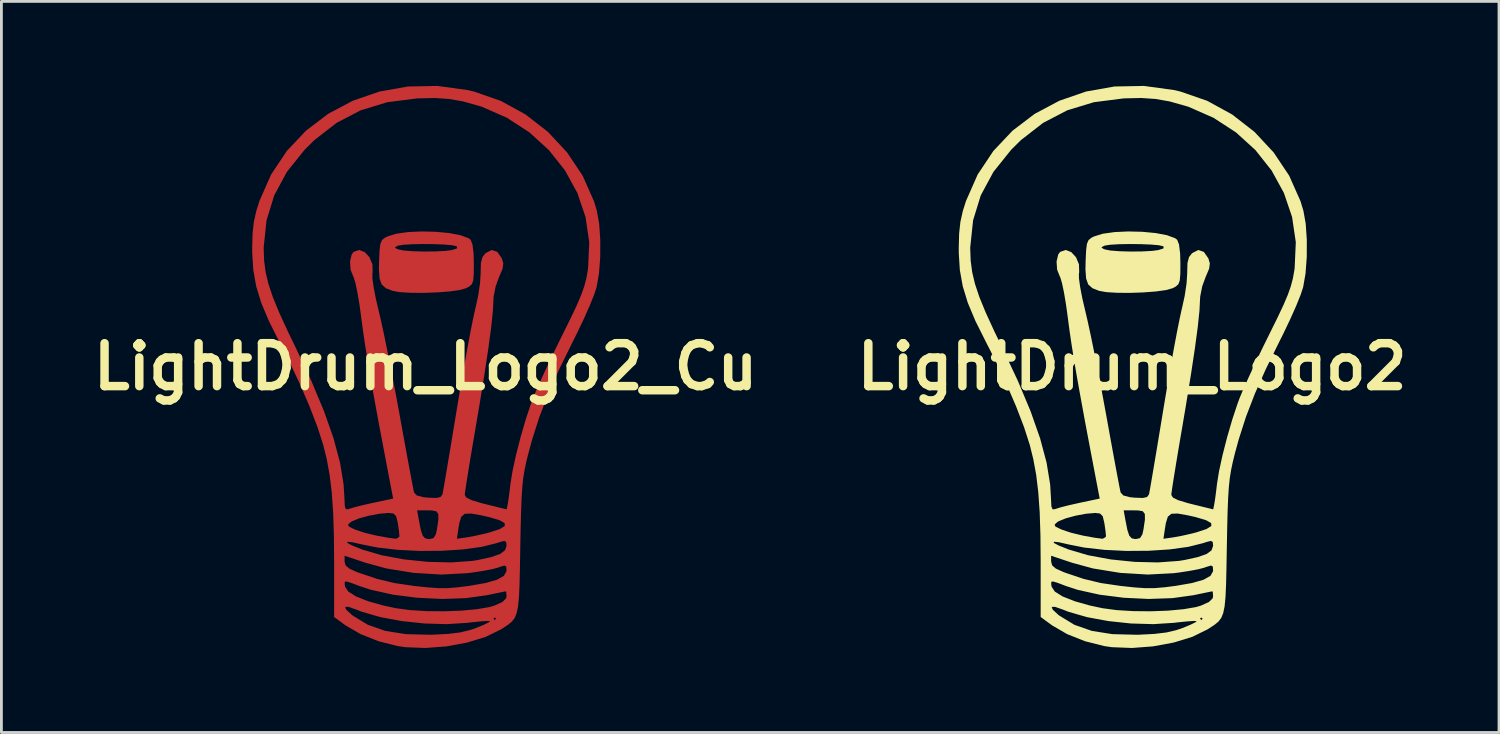
<source format=kicad_pcb>
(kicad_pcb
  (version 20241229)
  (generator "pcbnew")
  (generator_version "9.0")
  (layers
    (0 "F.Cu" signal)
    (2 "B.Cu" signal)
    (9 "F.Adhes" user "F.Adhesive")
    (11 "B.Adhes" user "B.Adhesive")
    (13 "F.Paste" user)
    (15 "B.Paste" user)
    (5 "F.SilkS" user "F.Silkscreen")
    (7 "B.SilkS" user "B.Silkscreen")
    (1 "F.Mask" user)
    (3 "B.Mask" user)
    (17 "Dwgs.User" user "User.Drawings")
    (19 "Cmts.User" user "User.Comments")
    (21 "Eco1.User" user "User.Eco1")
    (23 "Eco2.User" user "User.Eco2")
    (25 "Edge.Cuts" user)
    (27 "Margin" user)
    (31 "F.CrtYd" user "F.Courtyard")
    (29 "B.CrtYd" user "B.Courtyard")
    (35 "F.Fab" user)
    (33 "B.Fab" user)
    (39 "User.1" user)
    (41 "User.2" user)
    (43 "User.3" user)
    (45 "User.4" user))
  (footprint "LightDrum_Logo2"
    (layer "F.Cu")
    (at 37.131 9.965)
    (property "Reference" "LightDrum_Logo2" (at 0 0 0) (layer "F.SilkS") (effects (font (size 1.524 1.524) (thickness 0.3))))
    (attr board_only exclude_from_pos_files exclude_from_bom)
    (fp_poly (pts (xy 0.364 -4.788) (xy 0.838 -4.743) (xy 1.239 -4.667) (xy 1.522 -4.562) (xy 1.599 -4.506) (xy 1.665 -4.339) (xy 1.705 -4.012) (xy 1.714 -3.656) (xy 1.711 -3.288) (xy 1.692 -3.061) (xy 1.643 -2.929) (xy 1.55 -2.845) (xy 1.436 -2.785) (xy 1.21 -2.721) (xy 0.85 -2.671) (xy 0.408 -2.637) (xy -0.067 -2.62) (xy -0.523 -2.623) (xy -0.909 -2.646) (xy -1.17 -2.692) (xy -1.408 -2.786) (xy -1.557 -2.919) (xy -1.633 -3.13) (xy -1.656 -3.459) (xy -1.649 -3.768) (xy -1.632 -4.134) (xy -1.619 -4.239) (xy -1.091 -4.239) (xy -1.032 -4.189) (xy -0.967 -4.162) (xy -0.769 -4.123) (xy -0.444 -4.098) (xy -0.051 -4.087) (xy 0.352 -4.091) (xy 0.708 -4.11) (xy 0.923 -4.138) (xy 1.11 -4.195) (xy 1.121 -4.258) (xy 1.097 -4.276) (xy 0.95 -4.311) (xy 0.67 -4.335) (xy 0.305 -4.35) (xy -0.092 -4.354) (xy -0.471 -4.347) (xy -0.781 -4.328) (xy -0.973 -4.298) (xy -0.982 -4.294) (xy -1.091 -4.239) (xy -1.619 -4.239) (xy -1.603 -4.36) (xy -1.547 -4.492) (xy -1.448 -4.574) (xy -1.355 -4.622) (xy -1.042 -4.719) (xy -0.621 -4.778) (xy -0.137 -4.8)) (stroke (width 0) (type solid)) (fill yes) (layer "F.SilkS"))
    (fp_poly (pts (xy 1.484 -9.82) (xy 1.715 -9.766) (xy 2.667 -9.436) (xy 3.55 -8.952) (xy 4.343 -8.335) (xy 5.025 -7.603) (xy 5.576 -6.778) (xy 5.976 -5.877) (xy 6.081 -5.531) (xy 6.162 -5.071) (xy 6.201 -4.5) (xy 6.199 -3.888) (xy 6.155 -3.305) (xy 6.071 -2.824) (xy 5.98 -2.548) (xy 5.82 -2.152) (xy 5.609 -1.679) (xy 5.368 -1.174) (xy 5.236 -0.911) (xy 4.751 0.074) (xy 4.358 0.956) (xy 4.041 1.779) (xy 3.782 2.588) (xy 3.647 3.083) (xy 3.571 3.392) (xy 3.512 3.675) (xy 3.466 3.96) (xy 3.433 4.281) (xy 3.408 4.668) (xy 3.389 5.152) (xy 3.374 5.764) (xy 3.362 6.396) (xy 3.349 7.143) (xy 3.335 7.727) (xy 3.315 8.174) (xy 3.283 8.506) (xy 3.233 8.747) (xy 3.161 8.921) (xy 3.06 9.051) (xy 2.925 9.161) (xy 2.751 9.275) (xy 2.672 9.325) (xy 2.136 9.588) (xy 1.475 9.791) (xy 0.743 9.926) (xy -0.006 9.983) (xy -0.718 9.955) (xy -0.988 9.916) (xy -1.668 9.744) (xy -2.308 9.49) (xy -2.838 9.182) (xy -2.855 9.17) (xy -3.245 8.883) (xy -3.245 8.526) (xy -2.855 8.526) (xy -2.818 8.623) (xy -2.62 8.805) (xy -2.572 8.842) (xy -2.045 9.162) (xy -1.43 9.377) (xy -0.702 9.492) (xy 0.163 9.514) (xy 0.232 9.513) (xy 0.789 9.484) (xy 1.217 9.433) (xy 1.573 9.349) (xy 1.791 9.274) (xy 2.064 9.162) (xy 2.245 9.073) (xy 2.294 9.03) (xy 2.191 9.024) (xy 1.95 9.04) (xy 1.615 9.074) (xy 1.476 9.091) (xy 0.754 9.137) (xy -0.039 9.114) (xy -0.845 9.028) (xy -1.29 8.946) (xy 2.41 8.946) (xy 2.457 8.992) (xy 2.503 8.946) (xy 2.457 8.899) (xy 2.41 8.946) (xy -1.29 8.946) (xy -1.607 8.887) (xy -2.266 8.696) (xy -2.459 8.62) (xy -2.734 8.523) (xy -2.855 8.526) (xy -3.245 8.526) (xy -3.245 7.717) (xy -2.871 7.717) (xy -2.857 7.81) (xy -2.744 7.98) (xy -2.467 8.154) (xy -2.045 8.322) (xy -1.5 8.476) (xy -1.05 8.572) (xy -0.549 8.639) (xy 0.038 8.675) (xy 0.663 8.681) (xy 1.276 8.658) (xy 1.828 8.607) (xy 2.27 8.531) (xy 2.433 8.483) (xy 2.725 8.353) (xy 2.858 8.222) (xy 2.874 8.149) (xy 2.864 8.003) (xy 2.851 7.972) (xy 2.755 7.99) (xy 2.527 8.037) (xy 2.211 8.103) (xy 2.178 8.11) (xy 1.433 8.214) (xy 0.59 8.243) (xy -0.292 8.201) (xy -1.152 8.092) (xy -1.931 7.92) (xy -2.341 7.786) (xy -2.641 7.672) (xy -2.804 7.622) (xy -2.868 7.636) (xy -2.871 7.717) (xy -3.245 7.717) (xy -3.245 6.965) (xy -3.247 6.71) (xy -2.874 6.71) (xy -2.874 6.917) (xy -2.838 7.052) (xy -2.706 7.166) (xy -2.439 7.287) (xy -2.364 7.315) (xy -1.719 7.532) (xy -1.104 7.679) (xy -0.416 7.78) (xy 0.084 7.834) (xy 0.467 7.86) (xy 0.801 7.858) (xy 1.153 7.829) (xy 1.545 7.779) (xy 2.128 7.678) (xy 2.537 7.561) (xy 2.782 7.422) (xy 2.873 7.258) (xy 2.874 7.235) (xy 2.864 7.094) (xy 2.802 7.056) (xy 2.635 7.106) (xy 2.554 7.136) (xy 2.355 7.188) (xy 2.029 7.249) (xy 1.636 7.309) (xy 1.476 7.329) (xy 0.56 7.377) (xy -0.42 7.318) (xy -1.386 7.161) (xy -2.109 6.965) (xy -2.874 6.71) (xy -3.247 6.71) (xy -3.251 6.252) (xy -2.78 6.252) (xy -2.61 6.344) (xy -2.266 6.483) (xy -2.259 6.486) (xy -1.565 6.691) (xy -0.762 6.84) (xy 0.085 6.927) (xy 0.913 6.947) (xy 1.658 6.893) (xy 1.865 6.86) (xy 2.337 6.756) (xy 2.647 6.646) (xy 2.818 6.518) (xy 2.874 6.36) (xy 2.874 6.35) (xy 2.862 6.22) (xy 2.794 6.183) (xy 2.62 6.228) (xy 2.521 6.262) (xy 1.993 6.394) (xy 1.331 6.485) (xy 0.584 6.533) (xy -0.202 6.539) (xy -0.978 6.501) (xy -1.698 6.419) (xy -2.242 6.311) (xy -2.596 6.231) (xy -2.775 6.213) (xy -2.78 6.252) (xy -3.251 6.252) (xy -3.253 5.987) (xy -3.266 5.602) (xy -2.75 5.602) (xy -2.726 5.67) (xy -2.559 5.755) (xy -2.482 5.788) (xy -2.162 5.894) (xy -1.74 5.996) (xy -1.297 6.076) (xy -1.043 6.107) (xy -0.937 6.046) (xy -0.928 6.002) (xy -0.943 5.839) (xy -0.979 5.587) (xy -0.987 5.539) (xy -1.042 5.309) (xy -1.138 5.211) (xy -1.305 5.191) (xy -1.633 5.218) (xy -2.007 5.288) (xy -2.356 5.383) (xy -2.611 5.487) (xy -2.655 5.515) (xy -2.75 5.602) (xy -3.266 5.602) (xy -3.28 5.162) (xy -3.285 5.099) (xy -0.299 5.099) (xy -0.237 5.446) (xy -0.168 5.795) (xy -0.1 5.998) (xy -0.012 6.093) (xy 0.116 6.118) (xy 0.133 6.118) (xy 0.183 6.107) (xy 1.112 6.107) (xy 1.46 6.058) (xy 1.761 6.003) (xy 2.126 5.92) (xy 2.29 5.877) (xy 2.639 5.762) (xy 2.812 5.654) (xy 2.806 5.55) (xy 2.62 5.445) (xy 2.252 5.337) (xy 1.968 5.273) (xy 1.611 5.211) (xy 1.392 5.22) (xy 1.268 5.325) (xy 1.199 5.548) (xy 1.17 5.718) (xy 1.112 6.107) (xy 0.183 6.107) (xy 0.283 6.083) (xy 0.366 5.946) (xy 0.404 5.771) (xy 0.455 5.426) (xy 0.452 5.226) (xy 0.378 5.13) (xy 0.214 5.101) (xy 0.082 5.099) (xy -0.299 5.099) (xy -3.285 5.099) (xy -3.33 4.457) (xy -3.404 3.842) (xy -3.506 3.285) (xy -3.63 2.783) (xy -3.834 2.148) (xy -4.121 1.401) (xy -4.472 0.586) (xy -4.869 -0.253) (xy -5.19 -0.881) (xy -5.562 -1.625) (xy -5.832 -2.268) (xy -6.011 -2.854) (xy -6.114 -3.428) (xy -6.152 -4.034) (xy -6.153 -4.172) (xy -5.745 -4.172) (xy -5.729 -3.758) (xy -5.676 -3.356) (xy -5.576 -2.936) (xy -5.419 -2.467) (xy -5.195 -1.921) (xy -4.895 -1.267) (xy -4.615 -0.69) (xy -4.051 0.511) (xy -3.602 1.584) (xy -3.265 2.544) (xy -3.035 3.406) (xy -2.908 4.183) (xy -2.877 4.714) (xy -2.865 4.962) (xy -2.822 5.063) (xy -2.73 5.055) (xy -2.711 5.047) (xy -2.545 4.994) (xy -2.255 4.92) (xy -1.901 4.84) (xy -1.85 4.829) (xy -1.15 4.681) (xy -1.266 4.079) (xy -1.485 2.929) (xy -1.672 1.941) (xy -1.827 1.095) (xy -1.957 0.372) (xy -2.062 -0.247) (xy -2.148 -0.784) (xy -2.218 -1.256) (xy -2.275 -1.684) (xy -2.278 -1.715) (xy -2.345 -2.2) (xy -2.417 -2.63) (xy -2.488 -2.965) (xy -2.548 -3.168) (xy -2.563 -3.196) (xy -2.662 -3.445) (xy -2.681 -3.735) (xy -2.622 -3.984) (xy -2.554 -4.075) (xy -2.357 -4.143) (xy -2.159 -4.067) (xy -1.991 -3.885) (xy -1.886 -3.634) (xy -1.878 -3.352) (xy -1.888 -3.309) (xy -1.887 -3.136) (xy -1.844 -2.828) (xy -1.768 -2.431) (xy -1.671 -2.016) (xy -1.581 -1.632) (xy -1.466 -1.103) (xy -1.336 -0.465) (xy -1.195 0.244) (xy -1.054 0.988) (xy -0.925 1.685) (xy -0.802 2.365) (xy -0.688 2.991) (xy -0.587 3.537) (xy -0.504 3.979) (xy -0.444 4.293) (xy -0.411 4.453) (xy -0.408 4.464) (xy -0.312 4.57) (xy -0.079 4.632) (xy 0.1 4.649) (xy 0.382 4.659) (xy 0.53 4.626) (xy 0.596 4.537) (xy 0.607 4.496) (xy 0.632 4.361) (xy 0.683 4.067) (xy 0.756 3.637) (xy 0.847 3.097) (xy 0.951 2.47) (xy 1.065 1.78) (xy 1.114 1.483) (xy 1.238 0.74) (xy 1.363 0.019) (xy 1.483 -0.648) (xy 1.593 -1.232) (xy 1.687 -1.702) (xy 1.758 -2.028) (xy 1.773 -2.086) (xy 1.867 -2.516) (xy 1.933 -2.956) (xy 1.956 -3.318) (xy 1.956 -3.344) (xy 1.964 -3.678) (xy 2.019 -3.889) (xy 2.127 -4.028) (xy 2.348 -4.142) (xy 2.547 -4.074) (xy 2.706 -3.846) (xy 2.759 -3.668) (xy 2.734 -3.479) (xy 2.62 -3.208) (xy 2.612 -3.192) (xy 2.487 -2.848) (xy 2.416 -2.486) (xy 2.41 -2.379) (xy 2.39 -1.984) (xy 2.33 -1.409) (xy 2.229 -0.654) (xy 2.088 0.28) (xy 1.907 1.392) (xy 1.766 2.225) (xy 1.66 2.844) (xy 1.566 3.408) (xy 1.488 3.888) (xy 1.43 4.257) (xy 1.397 4.488) (xy 1.391 4.551) (xy 1.448 4.644) (xy 1.637 4.738) (xy 1.979 4.841) (xy 2.135 4.881) (xy 2.879 5.063) (xy 2.917 4.872) (xy 2.949 4.673) (xy 2.988 4.372) (xy 3.011 4.172) (xy 3.085 3.712) (xy 3.21 3.138) (xy 3.372 2.506) (xy 3.555 1.875) (xy 3.745 1.303) (xy 3.816 1.112) (xy 3.947 0.799) (xy 4.143 0.363) (xy 4.383 -0.152) (xy 4.649 -0.706) (xy 4.873 -1.159) (xy 5.16 -1.74) (xy 5.374 -2.193) (xy 5.527 -2.553) (xy 5.633 -2.854) (xy 5.706 -3.131) (xy 5.758 -3.42) (xy 5.769 -3.499) (xy 5.81 -4.418) (xy 5.678 -5.313) (xy 5.387 -6.168) (xy 4.95 -6.965) (xy 4.379 -7.686) (xy 3.687 -8.316) (xy 2.888 -8.835) (xy 1.994 -9.228) (xy 1.333 -9.415) (xy 0.836 -9.502) (xy 0.331 -9.537) (xy -0.265 -9.524) (xy -0.316 -9.521) (xy -1.359 -9.387) (xy -2.302 -9.1) (xy -3.16 -8.653) (xy -3.948 -8.041) (xy -4.293 -7.699) (xy -4.921 -6.916) (xy -5.371 -6.082) (xy -5.644 -5.195) (xy -5.744 -4.248) (xy -5.745 -4.172) (xy -6.153 -4.172) (xy -6.153 -4.218) (xy -6.139 -4.732) (xy -6.094 -5.141) (xy -6.008 -5.526) (xy -5.895 -5.883) (xy -5.481 -6.822) (xy -4.925 -7.656) (xy -4.245 -8.376) (xy -3.458 -8.974) (xy -2.581 -9.44) (xy -1.632 -9.767) (xy -0.626 -9.945) (xy 0.419 -9.965)) (stroke (width 0) (type solid)) (fill yes) (layer "F.SilkS")))
  (footprint "LightDrum_Logo2_Cu"
    (layer "F.Cu")
    (at 12.054 9.965)
    (property "Reference" "LightDrum_Logo2_Cu" (at 0 0 0) (layer "F.SilkS") (effects (font (size 1.524 1.524) (thickness 0.3))))
    (attr board_only exclude_from_pos_files exclude_from_bom)
    (fp_poly (pts (xy 0.364 -4.788) (xy 0.838 -4.743) (xy 1.239 -4.667) (xy 1.522 -4.562) (xy 1.599 -4.506) (xy 1.665 -4.339) (xy 1.705 -4.012) (xy 1.714 -3.656) (xy 1.711 -3.288) (xy 1.692 -3.061) (xy 1.643 -2.929) (xy 1.55 -2.845) (xy 1.436 -2.785) (xy 1.21 -2.721) (xy 0.85 -2.671) (xy 0.408 -2.637) (xy -0.067 -2.62) (xy -0.523 -2.623) (xy -0.909 -2.646) (xy -1.17 -2.692) (xy -1.408 -2.786) (xy -1.557 -2.919) (xy -1.633 -3.13) (xy -1.656 -3.459) (xy -1.649 -3.768) (xy -1.632 -4.134) (xy -1.619 -4.239) (xy -1.091 -4.239) (xy -1.032 -4.189) (xy -0.967 -4.162) (xy -0.769 -4.123) (xy -0.444 -4.098) (xy -0.051 -4.087) (xy 0.352 -4.091) (xy 0.708 -4.11) (xy 0.923 -4.138) (xy 1.11 -4.195) (xy 1.121 -4.258) (xy 1.097 -4.276) (xy 0.95 -4.311) (xy 0.67 -4.335) (xy 0.305 -4.35) (xy -0.092 -4.354) (xy -0.471 -4.347) (xy -0.781 -4.328) (xy -0.973 -4.298) (xy -0.982 -4.294) (xy -1.091 -4.239) (xy -1.619 -4.239) (xy -1.603 -4.36) (xy -1.547 -4.492) (xy -1.448 -4.574) (xy -1.355 -4.622) (xy -1.042 -4.719) (xy -0.621 -4.778) (xy -0.137 -4.8)) (stroke (width 0) (type solid)) (fill yes) (layer "F.Cu"))
    (fp_poly (pts (xy 1.484 -9.82) (xy 1.715 -9.766) (xy 2.667 -9.436) (xy 3.55 -8.952) (xy 4.343 -8.335) (xy 5.025 -7.603) (xy 5.576 -6.778) (xy 5.976 -5.877) (xy 6.081 -5.531) (xy 6.162 -5.071) (xy 6.201 -4.5) (xy 6.199 -3.888) (xy 6.155 -3.305) (xy 6.071 -2.824) (xy 5.98 -2.548) (xy 5.82 -2.152) (xy 5.609 -1.679) (xy 5.368 -1.174) (xy 5.236 -0.911) (xy 4.751 0.074) (xy 4.358 0.956) (xy 4.041 1.779) (xy 3.782 2.588) (xy 3.647 3.083) (xy 3.571 3.392) (xy 3.512 3.675) (xy 3.466 3.96) (xy 3.433 4.281) (xy 3.408 4.668) (xy 3.389 5.152) (xy 3.374 5.764) (xy 3.362 6.396) (xy 3.349 7.143) (xy 3.335 7.727) (xy 3.315 8.174) (xy 3.283 8.506) (xy 3.233 8.747) (xy 3.161 8.921) (xy 3.06 9.051) (xy 2.925 9.161) (xy 2.751 9.275) (xy 2.672 9.325) (xy 2.136 9.588) (xy 1.475 9.791) (xy 0.743 9.926) (xy -0.006 9.983) (xy -0.718 9.955) (xy -0.988 9.916) (xy -1.668 9.744) (xy -2.308 9.49) (xy -2.838 9.182) (xy -2.855 9.17) (xy -3.245 8.883) (xy -3.245 8.526) (xy -2.855 8.526) (xy -2.818 8.623) (xy -2.62 8.805) (xy -2.572 8.842) (xy -2.045 9.162) (xy -1.43 9.377) (xy -0.702 9.492) (xy 0.163 9.514) (xy 0.232 9.513) (xy 0.789 9.484) (xy 1.217 9.433) (xy 1.573 9.349) (xy 1.791 9.274) (xy 2.064 9.162) (xy 2.245 9.073) (xy 2.294 9.03) (xy 2.191 9.024) (xy 1.95 9.04) (xy 1.615 9.074) (xy 1.476 9.091) (xy 0.754 9.137) (xy -0.039 9.114) (xy -0.845 9.028) (xy -1.29 8.946) (xy 2.41 8.946) (xy 2.457 8.992) (xy 2.503 8.946) (xy 2.457 8.899) (xy 2.41 8.946) (xy -1.29 8.946) (xy -1.607 8.887) (xy -2.266 8.696) (xy -2.459 8.62) (xy -2.734 8.523) (xy -2.855 8.526) (xy -3.245 8.526) (xy -3.245 7.717) (xy -2.871 7.717) (xy -2.857 7.81) (xy -2.744 7.98) (xy -2.467 8.154) (xy -2.045 8.322) (xy -1.5 8.476) (xy -1.05 8.572) (xy -0.549 8.639) (xy 0.038 8.675) (xy 0.663 8.681) (xy 1.276 8.658) (xy 1.828 8.607) (xy 2.27 8.531) (xy 2.433 8.483) (xy 2.725 8.353) (xy 2.858 8.222) (xy 2.874 8.149) (xy 2.864 8.003) (xy 2.851 7.972) (xy 2.755 7.99) (xy 2.527 8.037) (xy 2.211 8.103) (xy 2.178 8.11) (xy 1.433 8.214) (xy 0.59 8.243) (xy -0.292 8.201) (xy -1.152 8.092) (xy -1.931 7.92) (xy -2.341 7.786) (xy -2.641 7.672) (xy -2.804 7.622) (xy -2.868 7.636) (xy -2.871 7.717) (xy -3.245 7.717) (xy -3.245 6.965) (xy -3.247 6.71) (xy -2.874 6.71) (xy -2.874 6.917) (xy -2.838 7.052) (xy -2.706 7.166) (xy -2.439 7.287) (xy -2.364 7.315) (xy -1.719 7.532) (xy -1.104 7.679) (xy -0.416 7.78) (xy 0.084 7.834) (xy 0.467 7.86) (xy 0.801 7.858) (xy 1.153 7.829) (xy 1.545 7.779) (xy 2.128 7.678) (xy 2.537 7.561) (xy 2.782 7.422) (xy 2.873 7.258) (xy 2.874 7.235) (xy 2.864 7.094) (xy 2.802 7.056) (xy 2.635 7.106) (xy 2.554 7.136) (xy 2.355 7.188) (xy 2.029 7.249) (xy 1.636 7.309) (xy 1.476 7.329) (xy 0.56 7.377) (xy -0.42 7.318) (xy -1.386 7.161) (xy -2.109 6.965) (xy -2.874 6.71) (xy -3.247 6.71) (xy -3.251 6.252) (xy -2.78 6.252) (xy -2.61 6.344) (xy -2.266 6.483) (xy -2.259 6.486) (xy -1.565 6.691) (xy -0.762 6.84) (xy 0.085 6.927) (xy 0.913 6.947) (xy 1.658 6.893) (xy 1.865 6.86) (xy 2.337 6.756) (xy 2.647 6.646) (xy 2.818 6.518) (xy 2.874 6.36) (xy 2.874 6.35) (xy 2.862 6.22) (xy 2.794 6.183) (xy 2.62 6.228) (xy 2.521 6.262) (xy 1.993 6.394) (xy 1.331 6.485) (xy 0.584 6.533) (xy -0.202 6.539) (xy -0.978 6.501) (xy -1.698 6.419) (xy -2.242 6.311) (xy -2.596 6.231) (xy -2.775 6.213) (xy -2.78 6.252) (xy -3.251 6.252) (xy -3.253 5.987) (xy -3.266 5.602) (xy -2.75 5.602) (xy -2.726 5.67) (xy -2.559 5.755) (xy -2.482 5.788) (xy -2.162 5.894) (xy -1.74 5.996) (xy -1.297 6.076) (xy -1.043 6.107) (xy -0.937 6.046) (xy -0.928 6.002) (xy -0.943 5.839) (xy -0.979 5.587) (xy -0.987 5.539) (xy -1.042 5.309) (xy -1.138 5.211) (xy -1.305 5.191) (xy -1.633 5.218) (xy -2.007 5.288) (xy -2.356 5.383) (xy -2.611 5.487) (xy -2.655 5.515) (xy -2.75 5.602) (xy -3.266 5.602) (xy -3.28 5.162) (xy -3.285 5.099) (xy -0.299 5.099) (xy -0.237 5.446) (xy -0.168 5.795) (xy -0.1 5.998) (xy -0.012 6.093) (xy 0.116 6.118) (xy 0.133 6.118) (xy 0.183 6.107) (xy 1.112 6.107) (xy 1.46 6.058) (xy 1.761 6.003) (xy 2.126 5.92) (xy 2.29 5.877) (xy 2.639 5.762) (xy 2.812 5.654) (xy 2.806 5.55) (xy 2.62 5.445) (xy 2.252 5.337) (xy 1.968 5.273) (xy 1.611 5.211) (xy 1.392 5.22) (xy 1.268 5.325) (xy 1.199 5.548) (xy 1.17 5.718) (xy 1.112 6.107) (xy 0.183 6.107) (xy 0.283 6.083) (xy 0.366 5.946) (xy 0.404 5.771) (xy 0.455 5.426) (xy 0.452 5.226) (xy 0.378 5.13) (xy 0.214 5.101) (xy 0.082 5.099) (xy -0.299 5.099) (xy -3.285 5.099) (xy -3.33 4.457) (xy -3.404 3.842) (xy -3.506 3.285) (xy -3.63 2.783) (xy -3.834 2.148) (xy -4.121 1.401) (xy -4.472 0.586) (xy -4.869 -0.253) (xy -5.19 -0.881) (xy -5.562 -1.625) (xy -5.832 -2.268) (xy -6.011 -2.854) (xy -6.114 -3.428) (xy -6.152 -4.034) (xy -6.153 -4.172) (xy -5.745 -4.172) (xy -5.729 -3.758) (xy -5.676 -3.356) (xy -5.576 -2.936) (xy -5.419 -2.467) (xy -5.195 -1.921) (xy -4.895 -1.267) (xy -4.615 -0.69) (xy -4.051 0.511) (xy -3.602 1.584) (xy -3.265 2.544) (xy -3.035 3.406) (xy -2.908 4.183) (xy -2.877 4.714) (xy -2.865 4.962) (xy -2.822 5.063) (xy -2.73 5.055) (xy -2.711 5.047) (xy -2.545 4.994) (xy -2.255 4.92) (xy -1.901 4.84) (xy -1.85 4.829) (xy -1.15 4.681) (xy -1.266 4.079) (xy -1.485 2.929) (xy -1.672 1.941) (xy -1.827 1.095) (xy -1.957 0.372) (xy -2.062 -0.247) (xy -2.148 -0.784) (xy -2.218 -1.256) (xy -2.275 -1.684) (xy -2.278 -1.715) (xy -2.345 -2.2) (xy -2.417 -2.63) (xy -2.488 -2.965) (xy -2.548 -3.168) (xy -2.563 -3.196) (xy -2.662 -3.445) (xy -2.681 -3.735) (xy -2.622 -3.984) (xy -2.554 -4.075) (xy -2.357 -4.143) (xy -2.159 -4.067) (xy -1.991 -3.885) (xy -1.886 -3.634) (xy -1.878 -3.352) (xy -1.888 -3.309) (xy -1.887 -3.136) (xy -1.844 -2.828) (xy -1.768 -2.431) (xy -1.671 -2.016) (xy -1.581 -1.632) (xy -1.466 -1.103) (xy -1.336 -0.465) (xy -1.195 0.244) (xy -1.054 0.988) (xy -0.925 1.685) (xy -0.802 2.365) (xy -0.688 2.991) (xy -0.587 3.537) (xy -0.504 3.979) (xy -0.444 4.293) (xy -0.411 4.453) (xy -0.408 4.464) (xy -0.312 4.57) (xy -0.079 4.632) (xy 0.1 4.649) (xy 0.382 4.659) (xy 0.53 4.626) (xy 0.596 4.537) (xy 0.607 4.496) (xy 0.632 4.361) (xy 0.683 4.067) (xy 0.756 3.637) (xy 0.847 3.097) (xy 0.951 2.47) (xy 1.065 1.78) (xy 1.114 1.483) (xy 1.238 0.74) (xy 1.363 0.019) (xy 1.483 -0.648) (xy 1.593 -1.232) (xy 1.687 -1.702) (xy 1.758 -2.028) (xy 1.773 -2.086) (xy 1.867 -2.516) (xy 1.933 -2.956) (xy 1.956 -3.318) (xy 1.956 -3.344) (xy 1.964 -3.678) (xy 2.019 -3.889) (xy 2.127 -4.028) (xy 2.348 -4.142) (xy 2.547 -4.074) (xy 2.706 -3.846) (xy 2.759 -3.668) (xy 2.734 -3.479) (xy 2.62 -3.208) (xy 2.612 -3.192) (xy 2.487 -2.848) (xy 2.416 -2.486) (xy 2.41 -2.379) (xy 2.39 -1.984) (xy 2.33 -1.409) (xy 2.229 -0.654) (xy 2.088 0.28) (xy 1.907 1.392) (xy 1.766 2.225) (xy 1.66 2.844) (xy 1.566 3.408) (xy 1.488 3.888) (xy 1.43 4.257) (xy 1.397 4.488) (xy 1.391 4.551) (xy 1.448 4.644) (xy 1.637 4.738) (xy 1.979 4.841) (xy 2.135 4.881) (xy 2.879 5.063) (xy 2.917 4.872) (xy 2.949 4.673) (xy 2.988 4.372) (xy 3.011 4.172) (xy 3.085 3.712) (xy 3.21 3.138) (xy 3.372 2.506) (xy 3.555 1.875) (xy 3.745 1.303) (xy 3.816 1.112) (xy 3.947 0.799) (xy 4.143 0.363) (xy 4.383 -0.152) (xy 4.649 -0.706) (xy 4.873 -1.159) (xy 5.16 -1.74) (xy 5.374 -2.193) (xy 5.527 -2.553) (xy 5.633 -2.854) (xy 5.706 -3.131) (xy 5.758 -3.42) (xy 5.769 -3.499) (xy 5.81 -4.418) (xy 5.678 -5.313) (xy 5.387 -6.168) (xy 4.95 -6.965) (xy 4.379 -7.686) (xy 3.687 -8.316) (xy 2.888 -8.835) (xy 1.994 -9.228) (xy 1.333 -9.415) (xy 0.836 -9.502) (xy 0.331 -9.537) (xy -0.265 -9.524) (xy -0.316 -9.521) (xy -1.359 -9.387) (xy -2.302 -9.1) (xy -3.16 -8.653) (xy -3.948 -8.041) (xy -4.293 -7.699) (xy -4.921 -6.916) (xy -5.371 -6.082) (xy -5.644 -5.195) (xy -5.744 -4.248) (xy -5.745 -4.172) (xy -6.153 -4.172) (xy -6.153 -4.218) (xy -6.139 -4.732) (xy -6.094 -5.141) (xy -6.008 -5.526) (xy -5.895 -5.883) (xy -5.481 -6.822) (xy -4.925 -7.656) (xy -4.245 -8.376) (xy -3.458 -8.974) (xy -2.581 -9.44) (xy -1.632 -9.767) (xy -0.626 -9.945) (xy 0.419 -9.965)) (stroke (width 0) (type solid)) (fill yes) (layer "F.Cu")))
  (gr_rect
    (start -3 -3)
    (end 50.153 22.948)
    (stroke (width 0.1) (type default))
    (fill no)
    (layer "Edge.Cuts")))
</source>
